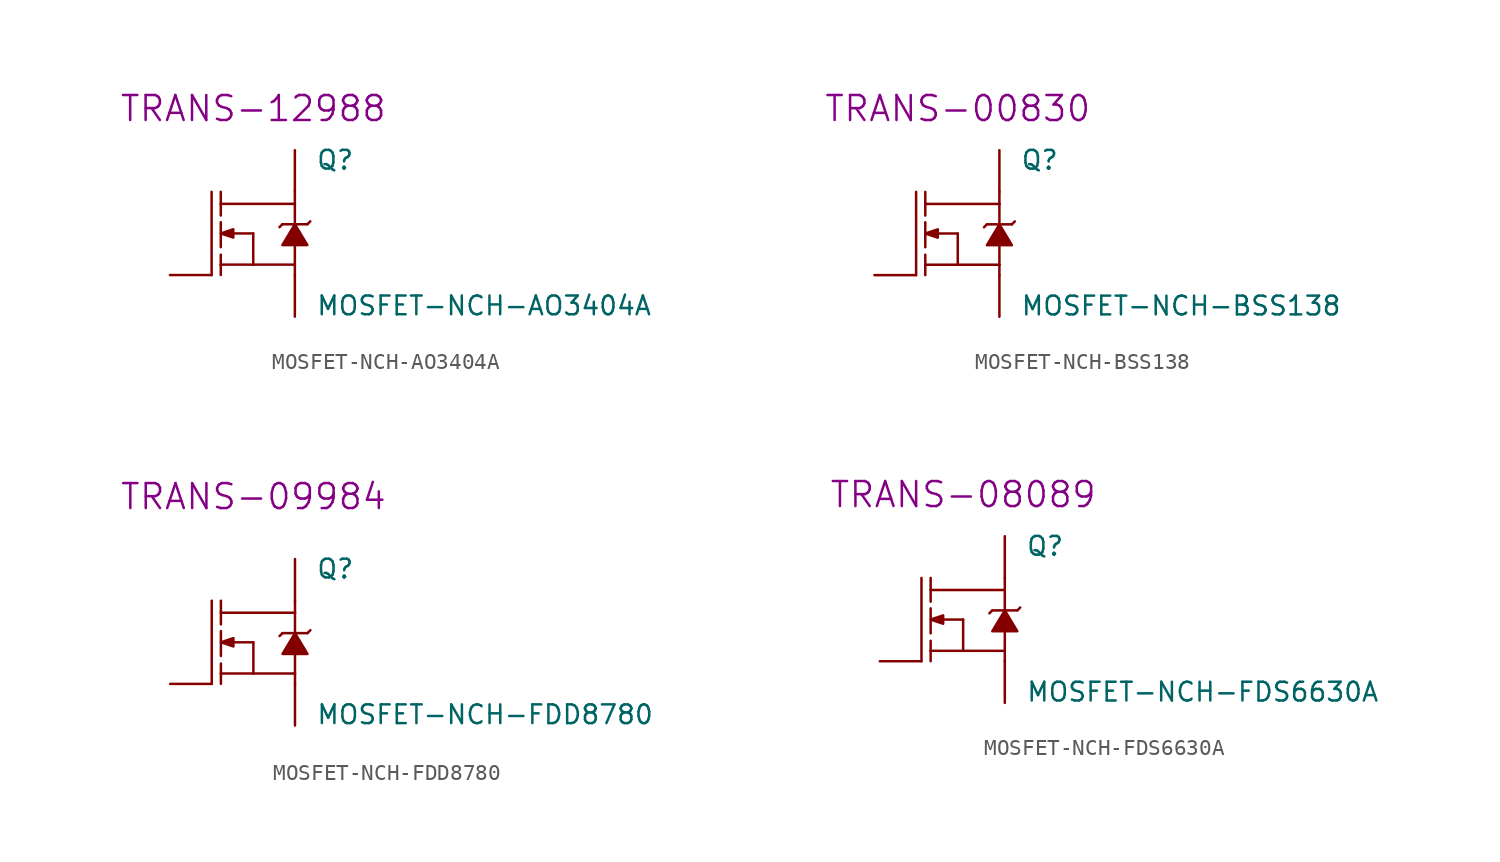
<source format=kicad_sym>
(kicad_symbol_lib
  (version 20201005)
  (generator kicad_symbol_editor)
  (symbol "MOSFET-NCH-AO3404A"
    (pin_numbers hide)
    (pin_names
      (offset 1.016) hide)
    (property "Reference" "Q"
      (at 3.81 3.81 0)
      (effects (font (size 1.143 1.143)) (justify left bottom)))
    (property "Value" "MOSFET-NCH-AO3404A"
      (at 3.81 -5.08 0)
      (effects (font (size 1.143 1.143)) (justify left bottom)))
    (property "Field4" "TRANS-12988"
      (at 0 7.62 0)
      (effects (font (size 1.524 1.524))))
    (property "ki_locked" ""
      (at 0 0 0)
      (effects (font (size 1.27 1.27))))
    (symbol "MOSFET-NCH-AO3404A_1_0"
      (polyline (pts (xy -2.54 -2.54) (xy -2.54 2.54)) (stroke (width 0)) (fill (type none)))
      (polyline (pts (xy -1.981 -1.905) (xy -1.981 -2.54)) (stroke (width 0)) (fill (type none)))
      (polyline (pts (xy -1.981 -1.905) (xy 0 -1.905)) (stroke (width 0)) (fill (type none)))
      (polyline (pts (xy -1.981 -1.295) (xy -1.981 -1.905)) (stroke (width 0)) (fill (type none)))
      (polyline (pts (xy -1.981 0.686) (xy -1.981 -0.838)) (stroke (width 0)) (fill (type none)))
      (polyline (pts (xy -1.981 1.803) (xy -1.981 1.092)) (stroke (width 0)) (fill (type none)))
      (polyline (pts (xy -1.981 1.803) (xy 2.54 1.803)) (stroke (width 0)) (fill (type none)))
      (polyline (pts (xy -1.981 2.54) (xy -1.981 1.803)) (stroke (width 0)) (fill (type none)))
      (polyline (pts (xy 0 -1.905) (xy 0 0)) (stroke (width 0)) (fill (type none)))
      (polyline (pts (xy 0 0) (xy -1.219 0)) (stroke (width 0)) (fill (type none)))
      (polyline (pts (xy 1.6 0.381) (xy 1.778 0.559)) (stroke (width 0)) (fill (type none)))
      (polyline (pts (xy 2.54 -2.54) (xy 2.54 -1.905)) (stroke (width 0)) (fill (type none)))
      (polyline (pts (xy 2.54 -1.905) (xy 0 -1.905)) (stroke (width 0)) (fill (type none)))
      (polyline (pts (xy 2.54 -0.711) (xy 2.54 -1.905)) (stroke (width 0)) (fill (type none)))
      (polyline (pts (xy 2.54 0.559) (xy 1.778 0.559)) (stroke (width 0)) (fill (type none)))
      (polyline (pts (xy 2.54 0.559) (xy 3.302 0.559)) (stroke (width 0)) (fill (type none)))
      (polyline (pts (xy 2.54 1.803) (xy 2.54 0.559)) (stroke (width 0)) (fill (type none)))
      (polyline (pts (xy 2.54 2.54) (xy 2.54 1.803)) (stroke (width 0)) (fill (type none)))
      (polyline (pts (xy 3.302 0.559) (xy 3.48 0.737)) (stroke (width 0)) (fill (type none))))
    (symbol "MOSFET-NCH-AO3404A_1_1"
      (polyline (pts (xy -1.981 0) (xy -1.219 0.254) (xy -1.219 0.254) (xy -1.219 -0.254) (xy -1.219 -0.254) (xy -1.981 0)) (stroke (width 0)) (fill (type outline)))
      (polyline (pts (xy 1.778 -0.711) (xy 2.54 0.559) (xy 2.54 0.559) (xy 3.302 -0.711) (xy 3.302 -0.711) (xy 1.778 -0.711)) (stroke (width 0)) (fill (type outline)))
      (pin bidirectional line (at -5.08 -2.54 0) (length 2.54) (name "G" (effects (font (size 1.016 1.016)))) (number "1" (effects (font (size 1.016 1.016)))))
      (pin bidirectional line (at 2.54 -5.08 90) (length 2.54) (name "S" (effects (font (size 1.016 1.016)))) (number "2" (effects (font (size 1.016 1.016)))))
      (pin bidirectional line (at 2.54 5.08 270) (length 2.54) (name "D" (effects (font (size 1.016 1.016)))) (number "3" (effects (font (size 1.016 1.016)))))))
  (symbol "MOSFET-NCH-BSS138"
    (pin_numbers hide)
    (pin_names
      (offset 1.016) hide)
    (property "Reference" "Q"
      (at 3.81 3.81 0)
      (effects (font (size 1.143 1.143)) (justify left bottom)))
    (property "Value" "MOSFET-NCH-BSS138"
      (at 3.81 -5.08 0)
      (effects (font (size 1.143 1.143)) (justify left bottom)))
    (property "Field4" "TRANS-00830"
      (at 0 7.62 0)
      (effects (font (size 1.524 1.524))))
    (property "ki_locked" ""
      (at 0 0 0)
      (effects (font (size 1.27 1.27))))
    (symbol "MOSFET-NCH-BSS138_1_0"
      (polyline (pts (xy -2.54 -2.54) (xy -2.54 2.54)) (stroke (width 0)) (fill (type none)))
      (polyline (pts (xy -1.981 -1.905) (xy -1.981 -2.54)) (stroke (width 0)) (fill (type none)))
      (polyline (pts (xy -1.981 -1.905) (xy 0 -1.905)) (stroke (width 0)) (fill (type none)))
      (polyline (pts (xy -1.981 -1.295) (xy -1.981 -1.905)) (stroke (width 0)) (fill (type none)))
      (polyline (pts (xy -1.981 0.686) (xy -1.981 -0.838)) (stroke (width 0)) (fill (type none)))
      (polyline (pts (xy -1.981 1.803) (xy -1.981 1.092)) (stroke (width 0)) (fill (type none)))
      (polyline (pts (xy -1.981 1.803) (xy 2.54 1.803)) (stroke (width 0)) (fill (type none)))
      (polyline (pts (xy -1.981 2.54) (xy -1.981 1.803)) (stroke (width 0)) (fill (type none)))
      (polyline (pts (xy 0 -1.905) (xy 0 0)) (stroke (width 0)) (fill (type none)))
      (polyline (pts (xy 0 0) (xy -1.219 0)) (stroke (width 0)) (fill (type none)))
      (polyline (pts (xy 1.6 0.381) (xy 1.778 0.559)) (stroke (width 0)) (fill (type none)))
      (polyline (pts (xy 2.54 -2.54) (xy 2.54 -1.905)) (stroke (width 0)) (fill (type none)))
      (polyline (pts (xy 2.54 -1.905) (xy 0 -1.905)) (stroke (width 0)) (fill (type none)))
      (polyline (pts (xy 2.54 -0.711) (xy 2.54 -1.905)) (stroke (width 0)) (fill (type none)))
      (polyline (pts (xy 2.54 0.559) (xy 1.778 0.559)) (stroke (width 0)) (fill (type none)))
      (polyline (pts (xy 2.54 0.559) (xy 3.302 0.559)) (stroke (width 0)) (fill (type none)))
      (polyline (pts (xy 2.54 1.803) (xy 2.54 0.559)) (stroke (width 0)) (fill (type none)))
      (polyline (pts (xy 2.54 2.54) (xy 2.54 1.803)) (stroke (width 0)) (fill (type none)))
      (polyline (pts (xy 3.302 0.559) (xy 3.48 0.737)) (stroke (width 0)) (fill (type none))))
    (symbol "MOSFET-NCH-BSS138_1_1"
      (polyline (pts (xy -1.981 0) (xy -1.219 0.254) (xy -1.219 0.254) (xy -1.219 -0.254) (xy -1.219 -0.254) (xy -1.981 0)) (stroke (width 0)) (fill (type outline)))
      (polyline (pts (xy 1.778 -0.711) (xy 2.54 0.559) (xy 2.54 0.559) (xy 3.302 -0.711) (xy 3.302 -0.711) (xy 1.778 -0.711)) (stroke (width 0)) (fill (type outline)))
      (pin bidirectional line (at -5.08 -2.54 0) (length 2.54) (name "G" (effects (font (size 1.016 1.016)))) (number "1" (effects (font (size 1.016 1.016)))))
      (pin bidirectional line (at 2.54 -5.08 90) (length 2.54) (name "S" (effects (font (size 1.016 1.016)))) (number "2" (effects (font (size 1.016 1.016)))))
      (pin bidirectional line (at 2.54 5.08 270) (length 2.54) (name "D" (effects (font (size 1.016 1.016)))) (number "3" (effects (font (size 1.016 1.016)))))))
  (symbol "MOSFET-NCH-FDD8780"
    (pin_numbers hide)
    (pin_names
      (offset 1.016) hide)
    (property "Reference" "Q"
      (at 3.81 3.81 0)
      (effects (font (size 1.143 1.143)) (justify left bottom)))
    (property "Value" "MOSFET-NCH-FDD8780"
      (at 3.81 -5.08 0)
      (effects (font (size 1.143 1.143)) (justify left bottom)))
    (property "Field4" "TRANS-09984"
      (at 0 8.89 0)
      (effects (font (size 1.524 1.524))))
    (property "ki_locked" ""
      (at 0 0 0)
      (effects (font (size 1.27 1.27))))
    (symbol "MOSFET-NCH-FDD8780_1_0"
      (polyline (pts (xy -2.54 -2.54) (xy -2.54 2.54)) (stroke (width 0)) (fill (type none)))
      (polyline (pts (xy -1.981 -1.905) (xy -1.981 -2.54)) (stroke (width 0)) (fill (type none)))
      (polyline (pts (xy -1.981 -1.905) (xy 0 -1.905)) (stroke (width 0)) (fill (type none)))
      (polyline (pts (xy -1.981 -1.295) (xy -1.981 -1.905)) (stroke (width 0)) (fill (type none)))
      (polyline (pts (xy -1.981 0.686) (xy -1.981 -0.838)) (stroke (width 0)) (fill (type none)))
      (polyline (pts (xy -1.981 1.803) (xy -1.981 1.092)) (stroke (width 0)) (fill (type none)))
      (polyline (pts (xy -1.981 1.803) (xy 2.54 1.803)) (stroke (width 0)) (fill (type none)))
      (polyline (pts (xy -1.981 2.54) (xy -1.981 1.803)) (stroke (width 0)) (fill (type none)))
      (polyline (pts (xy 0 -1.905) (xy 0 0)) (stroke (width 0)) (fill (type none)))
      (polyline (pts (xy 0 0) (xy -1.219 0)) (stroke (width 0)) (fill (type none)))
      (polyline (pts (xy 1.6 0.381) (xy 1.778 0.559)) (stroke (width 0)) (fill (type none)))
      (polyline (pts (xy 2.54 -2.54) (xy 2.54 -1.905)) (stroke (width 0)) (fill (type none)))
      (polyline (pts (xy 2.54 -1.905) (xy 0 -1.905)) (stroke (width 0)) (fill (type none)))
      (polyline (pts (xy 2.54 -0.711) (xy 2.54 -1.905)) (stroke (width 0)) (fill (type none)))
      (polyline (pts (xy 2.54 0.559) (xy 1.778 0.559)) (stroke (width 0)) (fill (type none)))
      (polyline (pts (xy 2.54 0.559) (xy 3.302 0.559)) (stroke (width 0)) (fill (type none)))
      (polyline (pts (xy 2.54 1.803) (xy 2.54 0.559)) (stroke (width 0)) (fill (type none)))
      (polyline (pts (xy 2.54 2.54) (xy 2.54 1.803)) (stroke (width 0)) (fill (type none)))
      (polyline (pts (xy 3.302 0.559) (xy 3.48 0.737)) (stroke (width 0)) (fill (type none))))
    (symbol "MOSFET-NCH-FDD8780_1_1"
      (polyline (pts (xy -1.981 0) (xy -1.219 0.254) (xy -1.219 0.254) (xy -1.219 -0.254) (xy -1.219 -0.254) (xy -1.981 0)) (stroke (width 0)) (fill (type outline)))
      (polyline (pts (xy 1.778 -0.711) (xy 2.54 0.559) (xy 2.54 0.559) (xy 3.302 -0.711) (xy 3.302 -0.711) (xy 1.778 -0.711)) (stroke (width 0)) (fill (type outline)))
      (pin bidirectional line (at -5.08 -2.54 0) (length 2.54) (name "G" (effects (font (size 1.016 1.016)))) (number "1" (effects (font (size 1.016 1.016)))))
      (pin bidirectional line (at 2.54 -5.08 90) (length 2.54) (name "S" (effects (font (size 1.016 1.016)))) (number "3" (effects (font (size 1.016 1.016)))))
      (pin bidirectional line (at 2.54 5.08 270) (length 2.54) (name "D" (effects (font (size 1.016 1.016)))) (number "4" (effects (font (size 1.016 1.016)))))))
  (symbol "MOSFET-NCH-FDS6630A"
    (pin_numbers hide)
    (pin_names
      (offset 1.016) hide)
    (property "Reference" "Q"
      (at 3.81 3.81 0)
      (effects (font (size 1.143 1.143)) (justify left bottom)))
    (property "Value" "MOSFET-NCH-FDS6630A"
      (at 3.81 -5.08 0)
      (effects (font (size 1.143 1.143)) (justify left bottom)))
    (property "Field4" "TRANS-08089"
      (at 0 7.62 0)
      (effects (font (size 1.524 1.524))))
    (property "ki_locked" ""
      (at 0 0 0)
      (effects (font (size 1.27 1.27))))
    (symbol "MOSFET-NCH-FDS6630A_1_0"
      (polyline (pts (xy -2.54 -2.54) (xy -2.54 2.54)) (stroke (width 0)) (fill (type none)))
      (polyline (pts (xy -1.981 -1.905) (xy -1.981 -2.54)) (stroke (width 0)) (fill (type none)))
      (polyline (pts (xy -1.981 -1.905) (xy 0 -1.905)) (stroke (width 0)) (fill (type none)))
      (polyline (pts (xy -1.981 -1.295) (xy -1.981 -1.905)) (stroke (width 0)) (fill (type none)))
      (polyline (pts (xy -1.981 0.686) (xy -1.981 -0.838)) (stroke (width 0)) (fill (type none)))
      (polyline (pts (xy -1.981 1.803) (xy -1.981 1.092)) (stroke (width 0)) (fill (type none)))
      (polyline (pts (xy -1.981 1.803) (xy 2.54 1.803)) (stroke (width 0)) (fill (type none)))
      (polyline (pts (xy -1.981 2.54) (xy -1.981 1.803)) (stroke (width 0)) (fill (type none)))
      (polyline (pts (xy 0 -1.905) (xy 0 0)) (stroke (width 0)) (fill (type none)))
      (polyline (pts (xy 0 0) (xy -1.219 0)) (stroke (width 0)) (fill (type none)))
      (polyline (pts (xy 1.6 0.381) (xy 1.778 0.559)) (stroke (width 0)) (fill (type none)))
      (polyline (pts (xy 2.54 -2.54) (xy 2.54 -1.905)) (stroke (width 0)) (fill (type none)))
      (polyline (pts (xy 2.54 -1.905) (xy 0 -1.905)) (stroke (width 0)) (fill (type none)))
      (polyline (pts (xy 2.54 -0.711) (xy 2.54 -1.905)) (stroke (width 0)) (fill (type none)))
      (polyline (pts (xy 2.54 0.559) (xy 1.778 0.559)) (stroke (width 0)) (fill (type none)))
      (polyline (pts (xy 2.54 0.559) (xy 3.302 0.559)) (stroke (width 0)) (fill (type none)))
      (polyline (pts (xy 2.54 1.803) (xy 2.54 0.559)) (stroke (width 0)) (fill (type none)))
      (polyline (pts (xy 2.54 2.54) (xy 2.54 1.803)) (stroke (width 0)) (fill (type none)))
      (polyline (pts (xy 3.302 0.559) (xy 3.48 0.737)) (stroke (width 0)) (fill (type none))))
    (symbol "MOSFET-NCH-FDS6630A_1_1"
      (polyline (pts (xy -1.981 0) (xy -1.219 0.254) (xy -1.219 0.254) (xy -1.219 -0.254) (xy -1.219 -0.254) (xy -1.981 0)) (stroke (width 0)) (fill (type outline)))
      (polyline (pts (xy 1.778 -0.711) (xy 2.54 0.559) (xy 2.54 0.559) (xy 3.302 -0.711) (xy 3.302 -0.711) (xy 1.778 -0.711)) (stroke (width 0)) (fill (type outline)))
      (pin bidirectional line (at 2.54 -5.08 90) (length 2.54) (name "S" (effects (font (size 1.016 1.016)))) (number "1" (effects (font (size 1.016 1.016)))))
      (pin bidirectional line (at 2.54 -5.08 90) (length 2.54) hide (name "S" (effects (font (size 1.016 1.016)))) (number "2" (effects (font (size 1.016 1.016)))))
      (pin bidirectional line (at 2.54 -5.08 90) (length 2.54) hide (name "S" (effects (font (size 1.016 1.016)))) (number "3" (effects (font (size 1.016 1.016)))))
      (pin bidirectional line (at -5.08 -2.54 0) (length 2.54) (name "G" (effects (font (size 1.016 1.016)))) (number "4" (effects (font (size 1.016 1.016)))))
      (pin bidirectional line (at 2.54 5.08 270) (length 2.54) (name "D" (effects (font (size 1.016 1.016)))) (number "5" (effects (font (size 1.016 1.016)))))
      (pin bidirectional line (at 2.54 5.08 270) (length 2.54) hide (name "D" (effects (font (size 1.016 1.016)))) (number "6" (effects (font (size 1.016 1.016)))))
      (pin bidirectional line (at 2.54 5.08 270) (length 2.54) hide (name "D" (effects (font (size 1.016 1.016)))) (number "7" (effects (font (size 1.016 1.016)))))
      (pin bidirectional line (at 2.54 5.08 270) (length 2.54) hide (name "D" (effects (font (size 1.016 1.016)))) (number "8" (effects (font (size 1.016 1.016))))))))
</source>
